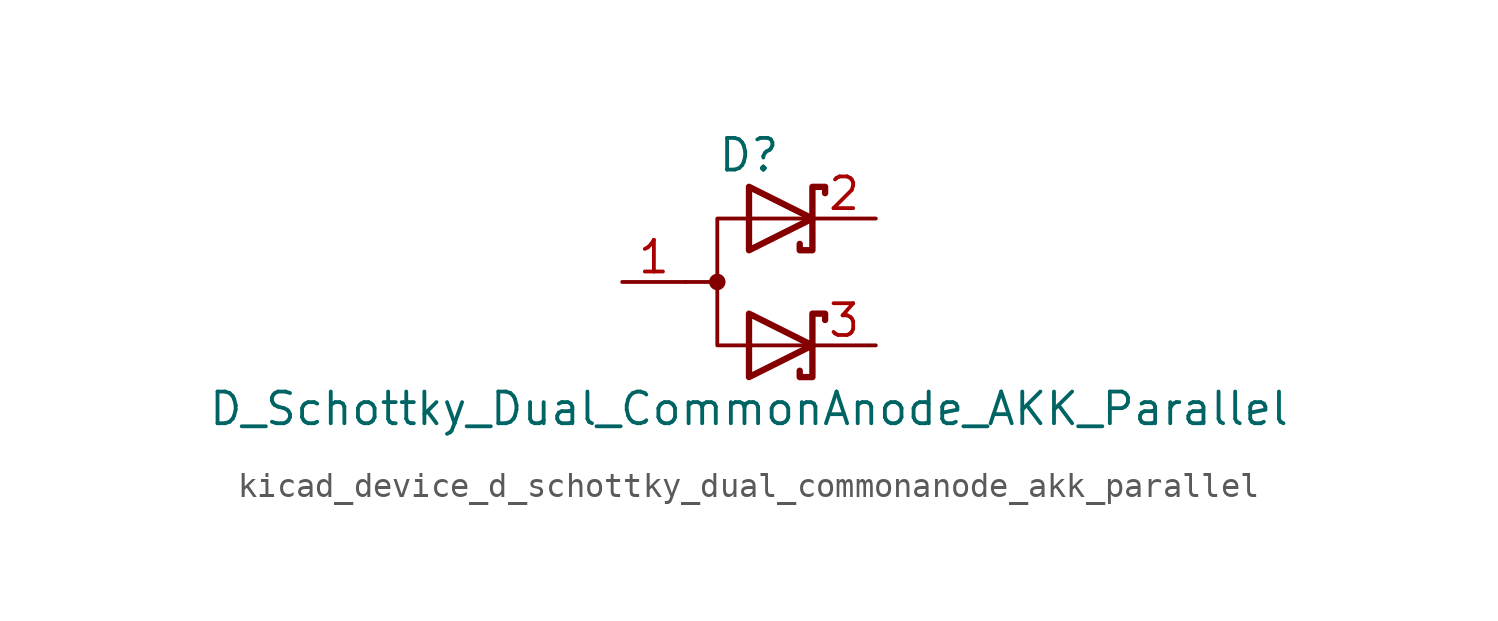
<source format=kicad_sym>
(kicad_symbol_lib
  (version 20220914)
  (generator kicad_symbol_editor)
  (symbol "kicad_device_d_schottky_dual_commonanode_akk_parallel"
    (pin_names
      (offset 0.762) hide)
    (property "Reference" "D"
      (at 0 5.08 0)
      (effects (font (size 1.27 1.27))))
    (property "Value" "D_Schottky_Dual_CommonAnode_AKK_Parallel"
      (at 0 -5.08 0)
      (effects (font (size 1.27 1.27))))
    (symbol "kicad_device_d_schottky_dual_commonanode_akk_parallel_0_1"
      (circle (center -1.27 0) (radius 0.254) (stroke (width 0) (type default)) (fill (type outline)))
      (polyline (pts (xy -1.27 0) (xy -2.54 0)) (stroke (width 0) (type default)) (fill (type none)))
      (polyline (pts (xy 2.54 2.54) (xy -1.27 2.54) (xy -1.27 -2.54) (xy 2.54 -2.54)) (stroke (width 0) (type default)) (fill (type none)))
      (polyline (pts (xy 0 -1.27) (xy 2.54 -2.54) (xy 0 -3.81) (xy 0 -1.27) (xy 0 -1.27) (xy 0 -1.27)) (stroke (width 0.254) (type default)) (fill (type none)))
      (polyline (pts (xy 0 3.81) (xy 2.54 2.54) (xy 0 1.27) (xy 0 3.81) (xy 0 3.81) (xy 0 3.81)) (stroke (width 0.254) (type default)) (fill (type none)))
      (polyline (pts (xy 3.048 -1.524) (xy 3.048 -1.27) (xy 2.54 -1.27) (xy 2.54 -3.81) (xy 2.032 -3.81) (xy 2.032 -3.556)) (stroke (width 0.254) (type default)) (fill (type none)))
      (polyline (pts (xy 3.048 3.556) (xy 3.048 3.81) (xy 2.54 3.81) (xy 2.54 1.27) (xy 2.032 1.27) (xy 2.032 1.524)) (stroke (width 0.254) (type default)) (fill (type none)))
      (pin passive line (at -5.08 0 0) (length 2.54) (name "A" (effects (font (size 1.27 1.27)))) (number "1" (effects (font (size 1.27 1.27)))))
      (pin passive line (at 5.08 2.54 180) (length 2.54) (name "K" (effects (font (size 1.27 1.27)))) (number "2" (effects (font (size 1.27 1.27)))))
      (pin passive line (at 5.08 -2.54 180) (length 2.54) (name "K" (effects (font (size 1.27 1.27)))) (number "3" (effects (font (size 1.27 1.27))))))))
</source>
